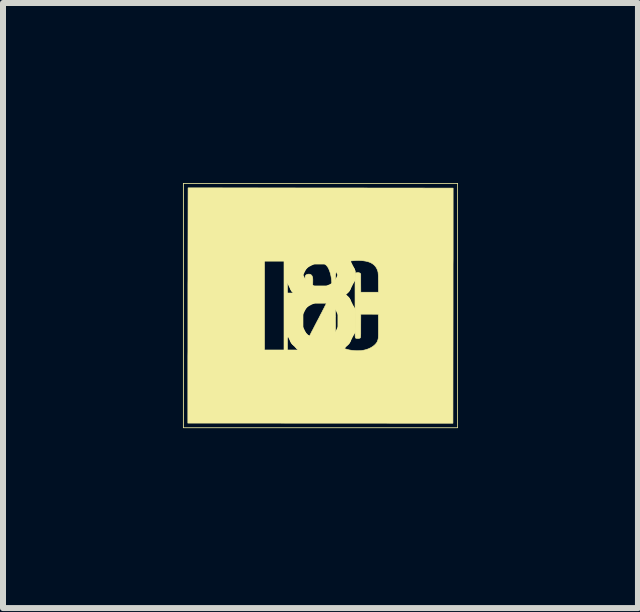
<source format=kicad_pcb>
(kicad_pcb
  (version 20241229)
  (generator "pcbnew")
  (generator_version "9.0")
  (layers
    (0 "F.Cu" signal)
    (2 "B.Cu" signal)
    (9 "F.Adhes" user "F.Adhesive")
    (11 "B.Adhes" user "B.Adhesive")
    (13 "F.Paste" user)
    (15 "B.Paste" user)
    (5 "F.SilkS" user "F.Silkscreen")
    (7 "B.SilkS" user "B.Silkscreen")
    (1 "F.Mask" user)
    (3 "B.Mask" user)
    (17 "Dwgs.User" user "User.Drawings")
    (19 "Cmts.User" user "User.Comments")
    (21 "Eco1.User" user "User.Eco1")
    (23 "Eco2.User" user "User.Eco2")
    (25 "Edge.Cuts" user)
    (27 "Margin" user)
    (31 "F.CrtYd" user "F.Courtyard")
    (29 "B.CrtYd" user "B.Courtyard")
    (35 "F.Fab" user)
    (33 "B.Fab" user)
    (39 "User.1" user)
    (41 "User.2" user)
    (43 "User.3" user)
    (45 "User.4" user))
  (footprint "8"
    (layer "F.Cu")
    (at 2.291 2.042)
    (property "Reference" "8" (at 0 0 0) (layer "F.SilkS") (effects (font (size 1.524 1.524) (thickness 0.3))))
    (attr through_hole)
    (fp_poly (pts (xy 2.288 2.039) (xy -2.286 2.039) (xy -2.286 -2.034) (xy -2.283 -2.034) (xy -2.283 2.037) (xy 2.286 2.037) (xy 2.286 -2.034) (xy -2.283 -2.034) (xy -2.286 -2.034) (xy -2.286 -2.037) (xy 2.288 -2.037) (xy 2.288 2.039)) (stroke (width 0.01) (type solid)) (fill yes) (layer "F.SilkS"))
    (fp_poly (pts (xy 0.002 -1.959) (xy 0.108 -1.959) (xy 0.213 -1.959) (xy 0.316 -1.959) (xy 0.418 -1.959) (xy 0.518 -1.959) (xy 0.616 -1.959) (xy 0.713 -1.959) (xy 0.807 -1.958) (xy 0.9 -1.958) (xy 0.99 -1.958) (xy 1.079 -1.958) (xy 1.164 -1.958) (xy 1.248 -1.958) (xy 1.328 -1.958) (xy 1.406 -1.958) (xy 1.481 -1.958) (xy 1.553 -1.958) (xy 1.622 -1.958) (xy 1.688 -1.958) (xy 1.75 -1.957) (xy 1.809 -1.957) (xy 1.865 -1.957) (xy 1.917 -1.957) (xy 1.965 -1.957) (xy 2.009 -1.957) (xy 2.049 -1.957) (xy 2.085 -1.957) (xy 2.117 -1.957) (xy 2.144 -1.957) (xy 2.167 -1.957) (xy 2.185 -1.957) (xy 2.199 -1.957) (xy 2.208 -1.957) (xy 2.212 -1.957) (xy 2.212 -1.957) (xy 2.212 -1.954) (xy 2.212 -1.947) (xy 2.212 -1.934) (xy 2.212 -1.917) (xy 2.212 -1.895) (xy 2.212 -1.869) (xy 2.212 -1.839) (xy 2.212 -1.804) (xy 2.212 -1.765) (xy 2.212 -1.723) (xy 2.212 -1.676) (xy 2.212 -1.626) (xy 2.212 -1.572) (xy 2.212 -1.514) (xy 2.212 -1.453) (xy 2.212 -1.389) (xy 2.212 -1.322) (xy 2.212 -1.252) (xy 2.212 -1.179) (xy 2.212 -1.103) (xy 2.212 -1.025) (xy 2.212 -0.944) (xy 2.212 -0.861) (xy 2.212 -0.775) (xy 2.211 -0.687) (xy 2.211 -0.597) (xy 2.211 -0.506) (xy 2.211 -0.412) (xy 2.211 -0.317) (xy 2.211 -0.221) (xy 2.211 -0.123) (xy 2.211 -0.024) (xy 2.211 0.004) (xy 2.209 1.963) (xy 1.238 1.963) (xy 1.167 1.963) (xy 1.091 1.962) (xy 1.011 1.962) (xy 0.927 1.962) (xy 0.839 1.962) (xy 0.748 1.962) (xy 0.654 1.962) (xy 0.558 1.962) (xy 0.459 1.962) (xy 0.359 1.962) (xy 0.257 1.962) (xy 0.154 1.962) (xy 0.051 1.962) (xy -0.053 1.962) (xy -0.157 1.962) (xy -0.261 1.962) (xy -0.363 1.962) (xy -0.465 1.962) (xy -0.565 1.962) (xy -0.663 1.961) (xy -0.759 1.961) (xy -0.852 1.961) (xy -0.943 1.961) (xy -0.971 1.961) (xy -2.21 1.961) (xy -2.21 1.126) (xy -2.21 1.062) (xy -2.21 0.993) (xy -2.21 0.92) (xy -2.21 0.843) (xy -2.209 0.762) (xy -2.209 0.678) (xy -2.209 0.591) (xy -2.209 0.502) (xy -2.209 0.41) (xy -2.209 0.317) (xy -2.209 0.222) (xy -2.209 0.127) (xy -2.209 0.03) (xy -2.209 -0.066) (xy -2.209 -0.163) (xy -2.209 -0.259) (xy -2.209 -0.354) (xy -2.208 -0.448) (xy -2.208 -0.541) (xy -2.208 -0.631) (xy -2.208 -0.72) (xy -2.208 -0.739) (xy -0.932 -0.739) (xy -0.932 0.742) (xy -0.607 0.742) (xy -0.607 -0.354) (xy -0.549 -0.354) (xy -0.549 -0.208) (xy -0.257 -0.208) (xy -0.256 -0.345) (xy -0.256 -0.375) (xy -0.256 -0.4) (xy -0.256 -0.421) (xy -0.256 -0.438) (xy -0.256 -0.452) (xy -0.256 -0.463) (xy -0.255 -0.472) (xy -0.255 -0.478) (xy -0.254 -0.483) (xy -0.253 -0.487) (xy -0.253 -0.49) (xy -0.252 -0.491) (xy -0.244 -0.504) (xy -0.233 -0.513) (xy -0.218 -0.519) (xy -0.202 -0.522) (xy -0.184 -0.522) (xy -0.167 -0.518) (xy -0.153 -0.509) (xy -0.142 -0.497) (xy -0.139 -0.491) (xy -0.135 -0.481) (xy -0.131 -0.472) (xy -0.129 -0.462) (xy -0.128 -0.45) (xy -0.127 -0.435) (xy -0.127 -0.417) (xy -0.127 -0.407) (xy -0.128 -0.354) (xy -0.133 -0.303) (xy -0.141 -0.256) (xy -0.152 -0.212) (xy -0.165 -0.172) (xy -0.18 -0.138) (xy -0.183 -0.133) (xy -0.187 -0.124) (xy -0.195 -0.11) (xy -0.204 -0.093) (xy -0.215 -0.073) (xy -0.227 -0.05) (xy -0.241 -0.024) (xy -0.257 0.005) (xy -0.274 0.036) (xy -0.291 0.069) (xy -0.31 0.104) (xy -0.33 0.141) (xy -0.35 0.178) (xy -0.371 0.216) (xy -0.549 0.545) (xy -0.549 0.742) (xy 0.19 0.742) (xy 0.19 0.551) (xy -0.006 0.551) (xy -0.037 0.551) (xy -0.067 0.551) (xy -0.095 0.551) (xy -0.12 0.551) (xy -0.143 0.551) (xy -0.163 0.551) (xy -0.179 0.551) (xy -0.191 0.55) (xy -0.199 0.55) (xy -0.203 0.55) (xy -0.203 0.55) (xy -0.202 0.548) (xy -0.199 0.541) (xy -0.193 0.53) (xy -0.186 0.516) (xy -0.176 0.498) (xy -0.165 0.477) (xy -0.153 0.452) (xy -0.139 0.425) (xy -0.123 0.396) (xy -0.107 0.364) (xy -0.089 0.329) (xy -0.07 0.293) (xy -0.051 0.256) (xy -0.03 0.217) (xy -0.017 0.192) (xy 0.003 0.152) (xy 0.016 0.128) (xy 0.251 0.128) (xy 0.251 0.179) (xy 0.251 0.226) (xy 0.251 0.269) (xy 0.252 0.309) (xy 0.252 0.344) (xy 0.252 0.375) (xy 0.252 0.404) (xy 0.252 0.429) (xy 0.252 0.451) (xy 0.253 0.471) (xy 0.253 0.488) (xy 0.253 0.503) (xy 0.254 0.515) (xy 0.255 0.526) (xy 0.255 0.536) (xy 0.256 0.544) (xy 0.257 0.55) (xy 0.258 0.556) (xy 0.259 0.561) (xy 0.26 0.566) (xy 0.261 0.57) (xy 0.263 0.574) (xy 0.264 0.578) (xy 0.266 0.583) (xy 0.267 0.585) (xy 0.28 0.615) (xy 0.298 0.642) (xy 0.32 0.666) (xy 0.346 0.687) (xy 0.376 0.706) (xy 0.41 0.721) (xy 0.448 0.733) (xy 0.45 0.734) (xy 0.463 0.737) (xy 0.477 0.74) (xy 0.491 0.743) (xy 0.506 0.745) (xy 0.524 0.748) (xy 0.545 0.75) (xy 0.57 0.752) (xy 0.571 0.753) (xy 0.583 0.753) (xy 0.598 0.754) (xy 0.615 0.754) (xy 0.633 0.754) (xy 0.651 0.753) (xy 0.667 0.753) (xy 0.679 0.752) (xy 0.68 0.752) (xy 0.723 0.745) (xy 0.764 0.735) (xy 0.803 0.721) (xy 0.839 0.704) (xy 0.872 0.684) (xy 0.901 0.661) (xy 0.906 0.656) (xy 0.927 0.634) (xy 0.944 0.61) (xy 0.955 0.583) (xy 0.963 0.555) (xy 0.965 0.535) (xy 0.966 0.527) (xy 0.966 0.515) (xy 0.967 0.498) (xy 0.967 0.478) (xy 0.967 0.454) (xy 0.967 0.427) (xy 0.967 0.398) (xy 0.967 0.367) (xy 0.967 0.334) (xy 0.967 0.326) (xy 0.966 0.146) (xy 0.82 0.145) (xy 0.673 0.145) (xy 0.672 0.336) (xy 0.672 0.373) (xy 0.672 0.404) (xy 0.672 0.432) (xy 0.672 0.455) (xy 0.672 0.475) (xy 0.671 0.491) (xy 0.671 0.505) (xy 0.67 0.515) (xy 0.669 0.523) (xy 0.668 0.53) (xy 0.667 0.534) (xy 0.665 0.538) (xy 0.664 0.54) (xy 0.661 0.542) (xy 0.659 0.543) (xy 0.656 0.545) (xy 0.655 0.545) (xy 0.646 0.548) (xy 0.635 0.55) (xy 0.622 0.55) (xy 0.609 0.549) (xy 0.598 0.548) (xy 0.592 0.545) (xy 0.591 0.545) (xy 0.589 0.544) (xy 0.587 0.543) (xy 0.586 0.543) (xy 0.585 0.541) (xy 0.584 0.54) (xy 0.582 0.537) (xy 0.582 0.534) (xy 0.581 0.529) (xy 0.58 0.523) (xy 0.579 0.515) (xy 0.579 0.506) (xy 0.578 0.494) (xy 0.578 0.481) (xy 0.578 0.465) (xy 0.577 0.446) (xy 0.577 0.425) (xy 0.577 0.4) (xy 0.577 0.372) (xy 0.577 0.341) (xy 0.577 0.306) (xy 0.577 0.268) (xy 0.577 0.225) (xy 0.577 0.178) (xy 0.577 0.127) (xy 0.577 0.071) (xy 0.577 0.01) (xy 0.577 0.001) (xy 0.577 -0.06) (xy 0.577 -0.117) (xy 0.577 -0.169) (xy 0.577 -0.217) (xy 0.577 -0.26) (xy 0.577 -0.299) (xy 0.577 -0.334) (xy 0.577 -0.366) (xy 0.577 -0.394) (xy 0.577 -0.419) (xy 0.577 -0.44) (xy 0.577 -0.459) (xy 0.578 -0.475) (xy 0.578 -0.489) (xy 0.578 -0.5) (xy 0.578 -0.509) (xy 0.579 -0.516) (xy 0.579 -0.522) (xy 0.579 -0.526) (xy 0.58 -0.529) (xy 0.58 -0.53) (xy 0.58 -0.531) (xy 0.587 -0.538) (xy 0.597 -0.544) (xy 0.609 -0.547) (xy 0.623 -0.548) (xy 0.637 -0.547) (xy 0.649 -0.544) (xy 0.66 -0.539) (xy 0.666 -0.533) (xy 0.672 -0.524) (xy 0.672 -0.373) (xy 0.673 -0.221) (xy 0.968 -0.221) (xy 0.967 -0.375) (xy 0.967 -0.409) (xy 0.966 -0.439) (xy 0.966 -0.464) (xy 0.966 -0.486) (xy 0.965 -0.504) (xy 0.964 -0.519) (xy 0.963 -0.532) (xy 0.962 -0.544) (xy 0.961 -0.553) (xy 0.959 -0.562) (xy 0.957 -0.569) (xy 0.955 -0.577) (xy 0.952 -0.585) (xy 0.95 -0.592) (xy 0.936 -0.622) (xy 0.919 -0.649) (xy 0.897 -0.673) (xy 0.872 -0.693) (xy 0.843 -0.711) (xy 0.822 -0.72) (xy 0.791 -0.731) (xy 0.756 -0.739) (xy 0.719 -0.745) (xy 0.678 -0.749) (xy 0.636 -0.751) (xy 0.594 -0.75) (xy 0.551 -0.747) (xy 0.509 -0.742) (xy 0.507 -0.742) (xy 0.463 -0.733) (xy 0.424 -0.721) (xy 0.389 -0.706) (xy 0.358 -0.688) (xy 0.331 -0.667) (xy 0.308 -0.643) (xy 0.289 -0.615) (xy 0.273 -0.585) (xy 0.262 -0.551) (xy 0.255 -0.522) (xy 0.255 -0.519) (xy 0.254 -0.515) (xy 0.254 -0.51) (xy 0.254 -0.504) (xy 0.253 -0.496) (xy 0.253 -0.487) (xy 0.253 -0.476) (xy 0.253 -0.463) (xy 0.252 -0.447) (xy 0.252 -0.429) (xy 0.252 -0.409) (xy 0.252 -0.385) (xy 0.252 -0.358) (xy 0.252 -0.328) (xy 0.252 -0.294) (xy 0.252 -0.257) (xy 0.252 -0.216) (xy 0.251 -0.17) (xy 0.251 -0.12) (xy 0.251 -0.066) (xy 0.251 -0.006) (xy 0.251 0.01) (xy 0.251 0.071) (xy 0.251 0.128) (xy 0.016 0.128) (xy 0.024 0.113) (xy 0.043 0.075) (xy 0.062 0.039) (xy 0.079 0.004) (xy 0.096 -0.028) (xy 0.111 -0.058) (xy 0.125 -0.085) (xy 0.138 -0.11) (xy 0.149 -0.131) (xy 0.158 -0.149) (xy 0.165 -0.164) (xy 0.17 -0.175) (xy 0.173 -0.181) (xy 0.174 -0.183) (xy 0.178 -0.195) (xy 0.181 -0.206) (xy 0.184 -0.217) (xy 0.186 -0.228) (xy 0.187 -0.24) (xy 0.188 -0.254) (xy 0.189 -0.27) (xy 0.189 -0.29) (xy 0.189 -0.314) (xy 0.189 -0.324) (xy 0.189 -0.351) (xy 0.189 -0.373) (xy 0.188 -0.392) (xy 0.187 -0.408) (xy 0.186 -0.421) (xy 0.185 -0.434) (xy 0.185 -0.438) (xy 0.177 -0.485) (xy 0.168 -0.528) (xy 0.156 -0.567) (xy 0.143 -0.6) (xy 0.129 -0.63) (xy 0.112 -0.654) (xy 0.096 -0.672) (xy 0.072 -0.692) (xy 0.045 -0.708) (xy 0.014 -0.722) (xy -0.021 -0.733) (xy -0.06 -0.741) (xy -0.06 -0.741) (xy -0.099 -0.747) (xy -0.14 -0.75) (xy -0.184 -0.751) (xy -0.227 -0.75) (xy -0.269 -0.746) (xy -0.308 -0.741) (xy -0.319 -0.739) (xy -0.359 -0.729) (xy -0.396 -0.715) (xy -0.429 -0.699) (xy -0.458 -0.679) (xy -0.483 -0.657) (xy -0.504 -0.631) (xy -0.521 -0.602) (xy -0.534 -0.571) (xy -0.537 -0.561) (xy -0.539 -0.552) (xy -0.541 -0.544) (xy -0.543 -0.536) (xy -0.544 -0.527) (xy -0.546 -0.517) (xy -0.547 -0.506) (xy -0.547 -0.492) (xy -0.548 -0.476) (xy -0.548 -0.458) (xy -0.548 -0.436) (xy -0.549 -0.41) (xy -0.549 -0.38) (xy -0.549 -0.354) (xy -0.607 -0.354) (xy -0.607 -0.739) (xy -0.932 -0.739) (xy -2.208 -0.739) (xy -2.208 -0.805) (xy -2.208 -0.835) (xy -2.206 -1.961) (xy 0.002 -1.959)) (stroke (width 0.01) (type solid)) (fill yes) (layer "F.SilkS")))
  (gr_rect
    (start -3 -3)
    (end 7.584 7.086)
    (stroke (width 0.1) (type default))
    (fill no)
    (layer "Edge.Cuts")))
</source>
